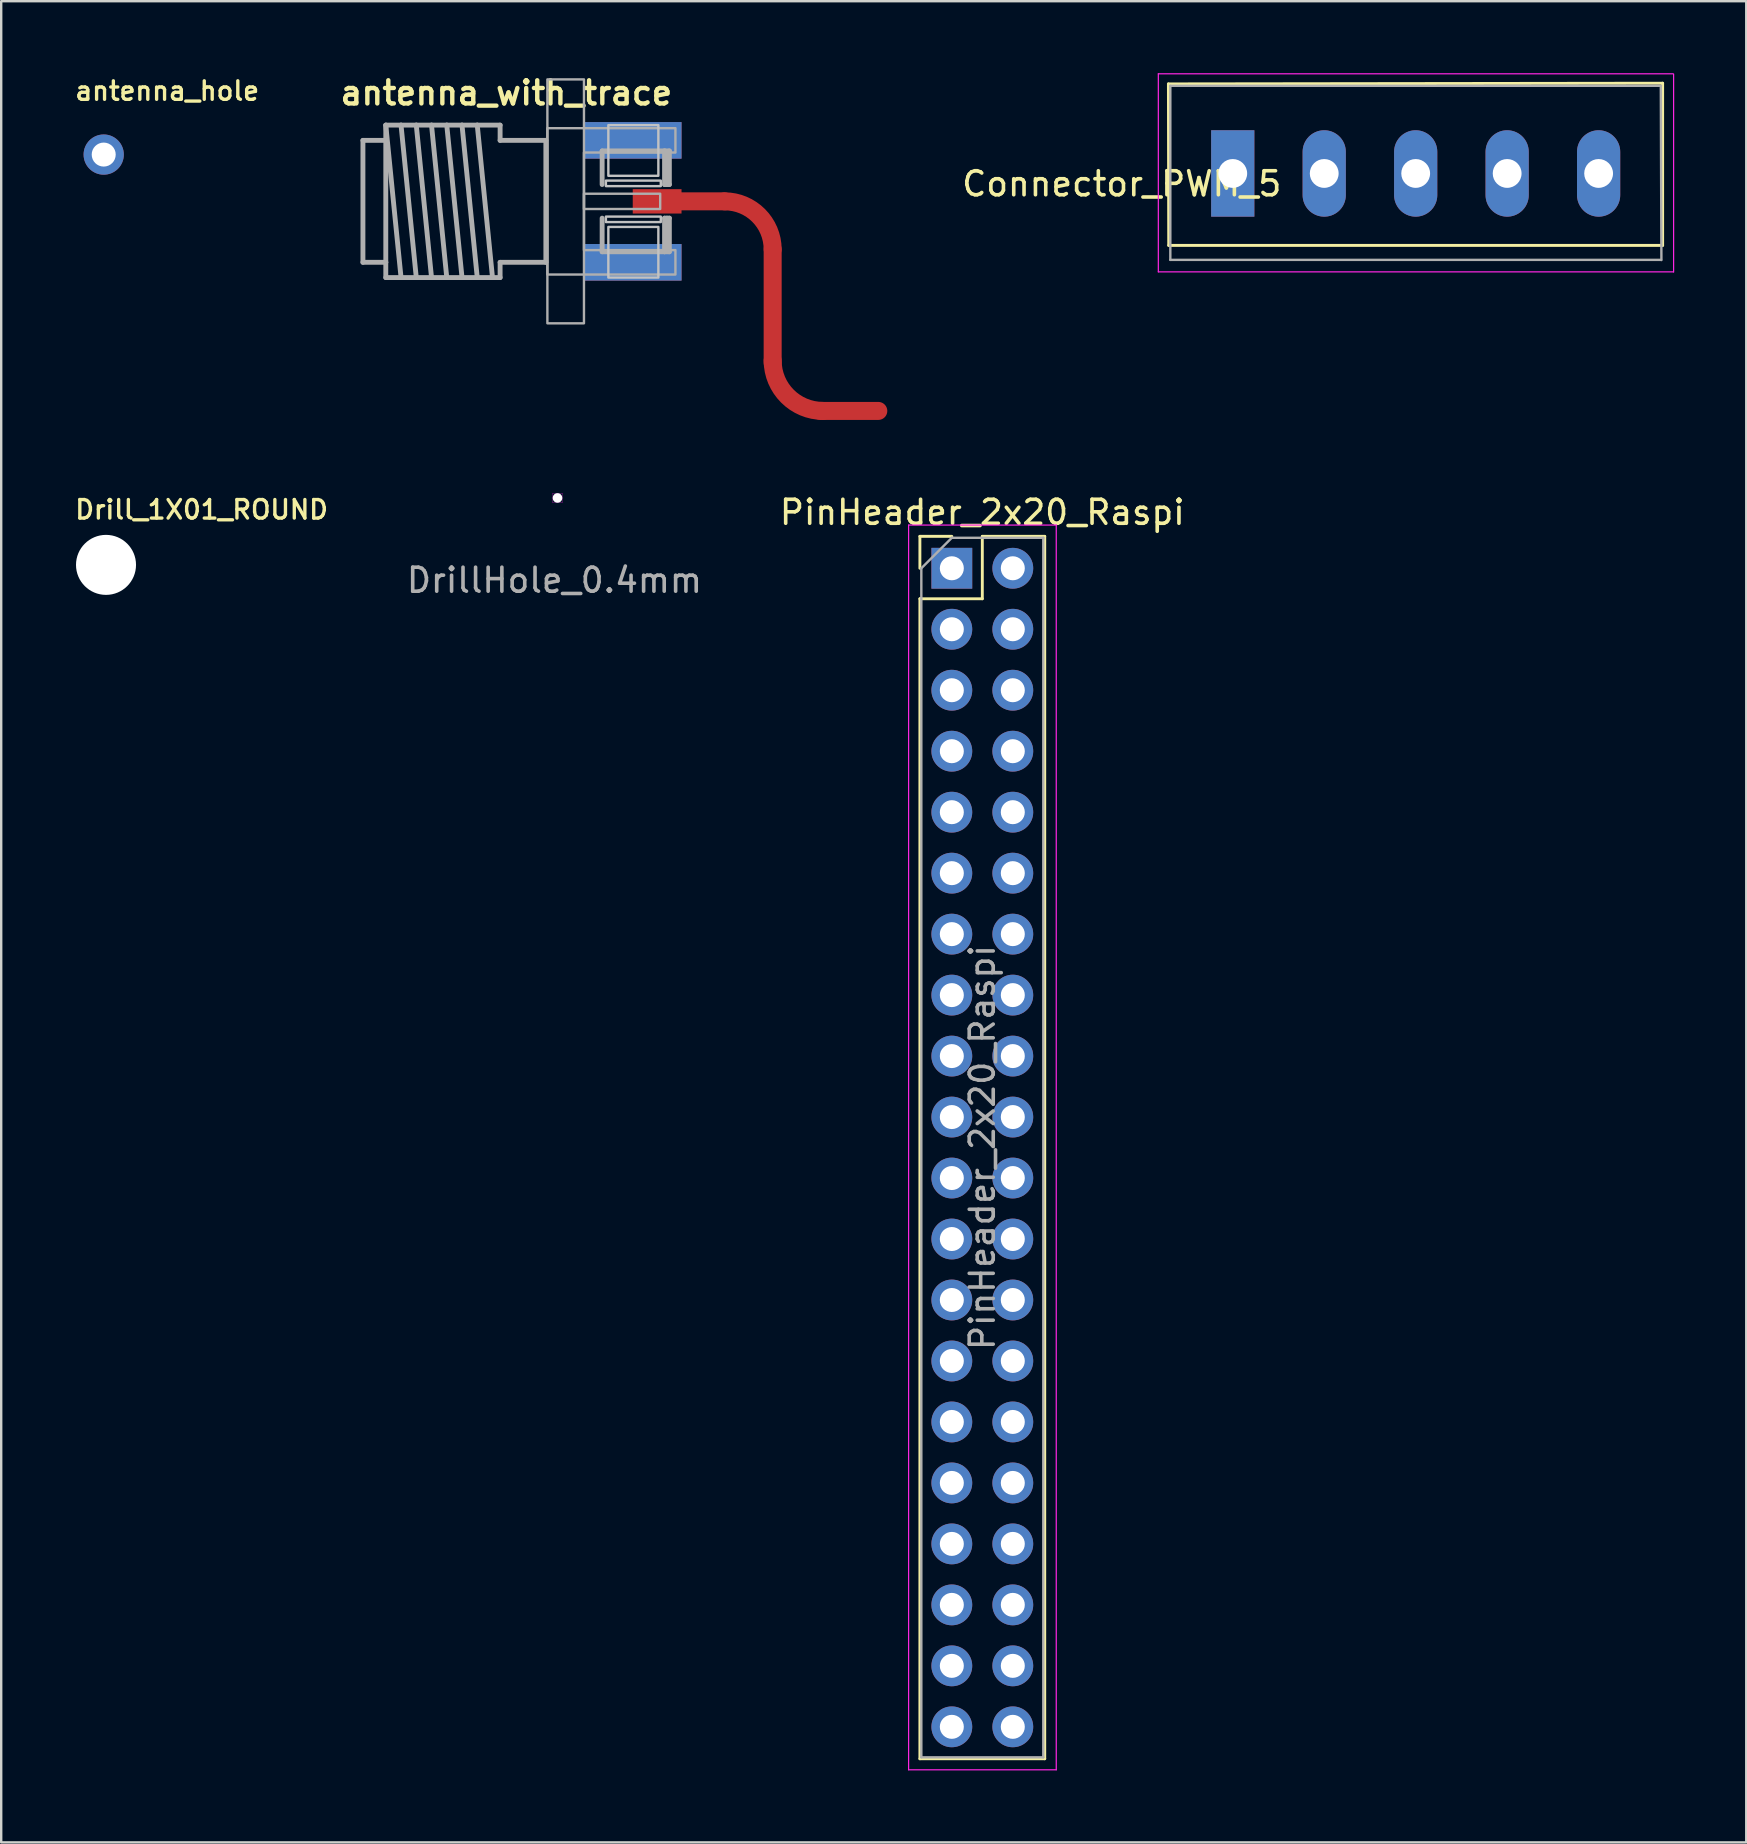
<source format=kicad_pcb>
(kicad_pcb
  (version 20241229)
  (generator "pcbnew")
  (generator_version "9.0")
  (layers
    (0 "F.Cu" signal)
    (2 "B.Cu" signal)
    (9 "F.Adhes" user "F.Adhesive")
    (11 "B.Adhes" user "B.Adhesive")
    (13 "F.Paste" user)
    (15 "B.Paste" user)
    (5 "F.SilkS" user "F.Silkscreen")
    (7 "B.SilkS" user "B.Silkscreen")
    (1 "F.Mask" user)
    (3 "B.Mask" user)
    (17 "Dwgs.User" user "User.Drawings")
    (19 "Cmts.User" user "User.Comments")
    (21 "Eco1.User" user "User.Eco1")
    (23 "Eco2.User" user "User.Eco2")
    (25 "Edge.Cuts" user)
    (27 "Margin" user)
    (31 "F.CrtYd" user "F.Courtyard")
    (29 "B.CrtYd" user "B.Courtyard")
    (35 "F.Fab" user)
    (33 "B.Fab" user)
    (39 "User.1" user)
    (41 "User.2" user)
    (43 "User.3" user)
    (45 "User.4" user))
  (footprint "antenna_with_trace"
    (layer "F.Cu")
    (at 21.275 5.337)
    (property "Reference" "antenna_with_trace" (at 3.78 -5.08 0) (layer "F.SilkS") (effects (font (size 0.965 0.965) (thickness 0.183)) (justify right top)))
    (attr through_hole)
    (fp_line (start 5.86 0) (end 3.95 0) (stroke (width 0.75) (type solid)) (layer "F.Cu"))
    (fp_line (start 7.86 6.73) (end 7.86 2) (stroke (width 0.75) (type solid)) (layer "F.Cu"))
    (fp_line (start 9.86 8.73) (end 12.26 8.73) (stroke (width 0.75) (type solid)) (layer "F.Cu"))
    (fp_arc (start 5.86 0) (mid 7.274214 0.585786) (end 7.86 2) (stroke (width 0.75) (type solid)) (layer "F.Cu"))
    (fp_arc (start 9.96 8.73) (mid 8.475076 8.114924) (end 7.86 6.63) (stroke (width 0.75) (type solid)) (layer "F.Cu"))
    (fp_poly (pts (xy 0.889 -0.938) (xy 3.226 -0.938) (xy 3.226 -1.853) (xy 0.889 -1.853)) (stroke (width 0) (type solid)) (fill yes) (layer "F.Mask"))
    (fp_poly (pts (xy 3.226 0.938) (xy 0.889 0.938) (xy 0.889 1.853) (xy 3.226 1.853)) (stroke (width 0) (type solid)) (fill yes) (layer "F.Mask"))
    (fp_poly (pts (xy 0.991 -0.989) (xy 3.124 -0.989) (xy 3.124 -1.802) (xy 0.991 -1.802)) (stroke (width 0) (type solid)) (fill yes) (layer "F.Paste"))
    (fp_poly (pts (xy 3.124 0.989) (xy 0.991 0.989) (xy 0.991 1.802) (xy 3.124 1.802)) (stroke (width 0) (type solid)) (fill yes) (layer "F.Paste"))
    (fp_poly (pts (xy 3.2 0.483) (xy 3.962 0.483) (xy 3.962 -0.483) (xy 3.2 -0.483)) (stroke (width 0) (type solid)) (fill yes) (layer "F.Paste"))
    (fp_poly (pts (xy 0.914 -0.635) (xy 3.2 -0.635) (xy 3.2 -0.864) (xy 0.914 -0.864)) (stroke (width 0.1) (type solid)) (fill no) (layer "Dwgs.User"))
    (fp_poly (pts (xy 0.914 0.864) (xy 3.2 0.864) (xy 3.2 0.635) (xy 0.914 0.635)) (stroke (width 0.1) (type solid)) (fill no) (layer "Dwgs.User"))
    (fp_poly (pts (xy 1.016 -1.065) (xy 1.016 -3.175) (xy 3.099 -3.175) (xy 3.099 -1.065)) (stroke (width 0.1) (type solid)) (fill no) (layer "Dwgs.User"))
    (fp_poly (pts (xy 3.099 1.065) (xy 3.099 3.175) (xy 1.016 3.175) (xy 1.016 1.065)) (stroke (width 0.1) (type solid)) (fill no) (layer "Dwgs.User"))
    (fp_line (start -9.207 -2.54) (end -8.255 -2.54) (stroke (width 0.203) (type solid)) (layer "F.Fab"))
    (fp_line (start -9.207 2.54) (end -9.207 -2.54) (stroke (width 0.203) (type solid)) (layer "F.Fab"))
    (fp_line (start -8.255 -3.175) (end -7.62 -3.175) (stroke (width 0.203) (type solid)) (layer "F.Fab"))
    (fp_line (start -8.255 -3.175) (end -7.62 3.175) (stroke (width 0.203) (type solid)) (layer "F.Fab"))
    (fp_line (start -8.255 -2.54) (end -8.255 -3.175) (stroke (width 0.203) (type solid)) (layer "F.Fab"))
    (fp_line (start -8.255 -2.54) (end -8.255 2.54) (stroke (width 0.203) (type solid)) (layer "F.Fab"))
    (fp_line (start -8.255 2.54) (end -9.207 2.54) (stroke (width 0.203) (type solid)) (layer "F.Fab"))
    (fp_line (start -8.255 3.175) (end -8.255 2.54) (stroke (width 0.203) (type solid)) (layer "F.Fab"))
    (fp_line (start -7.62 -3.175) (end -6.985 -3.175) (stroke (width 0.203) (type solid)) (layer "F.Fab"))
    (fp_line (start -7.62 -3.175) (end -6.985 3.175) (stroke (width 0.203) (type solid)) (layer "F.Fab"))
    (fp_line (start -7.62 3.175) (end -8.255 3.175) (stroke (width 0.203) (type solid)) (layer "F.Fab"))
    (fp_line (start -6.985 -3.175) (end -6.35 -3.175) (stroke (width 0.203) (type solid)) (layer "F.Fab"))
    (fp_line (start -6.985 -3.175) (end -6.35 3.175) (stroke (width 0.203) (type solid)) (layer "F.Fab"))
    (fp_line (start -6.985 3.175) (end -7.62 3.175) (stroke (width 0.203) (type solid)) (layer "F.Fab"))
    (fp_line (start -6.35 -3.175) (end -5.715 -3.175) (stroke (width 0.203) (type solid)) (layer "F.Fab"))
    (fp_line (start -6.35 -3.175) (end -5.715 3.175) (stroke (width 0.203) (type solid)) (layer "F.Fab"))
    (fp_line (start -6.35 3.175) (end -6.985 3.175) (stroke (width 0.203) (type solid)) (layer "F.Fab"))
    (fp_line (start -5.715 -3.175) (end -5.08 -3.175) (stroke (width 0.203) (type solid)) (layer "F.Fab"))
    (fp_line (start -5.715 -3.175) (end -5.08 3.175) (stroke (width 0.203) (type solid)) (layer "F.Fab"))
    (fp_line (start -5.715 3.175) (end -6.35 3.175) (stroke (width 0.203) (type solid)) (layer "F.Fab"))
    (fp_line (start -5.08 -3.175) (end -4.445 -3.175) (stroke (width 0.203) (type solid)) (layer "F.Fab"))
    (fp_line (start -5.08 -3.175) (end -4.445 3.175) (stroke (width 0.203) (type solid)) (layer "F.Fab"))
    (fp_line (start -5.08 3.175) (end -5.715 3.175) (stroke (width 0.203) (type solid)) (layer "F.Fab"))
    (fp_line (start -4.445 -3.175) (end -3.81 3.175) (stroke (width 0.203) (type solid)) (layer "F.Fab"))
    (fp_line (start -4.445 -3.175) (end -3.493 -3.175) (stroke (width 0.203) (type solid)) (layer "F.Fab"))
    (fp_line (start -4.445 3.175) (end -5.08 3.175) (stroke (width 0.203) (type solid)) (layer "F.Fab"))
    (fp_line (start -3.493 -3.175) (end -3.493 -2.54) (stroke (width 0.203) (type solid)) (layer "F.Fab"))
    (fp_line (start -3.493 -2.54) (end -1.587 -2.54) (stroke (width 0.203) (type solid)) (layer "F.Fab"))
    (fp_line (start -3.493 2.54) (end -3.493 3.175) (stroke (width 0.203) (type solid)) (layer "F.Fab"))
    (fp_line (start -3.493 3.175) (end -4.445 3.175) (stroke (width 0.203) (type solid)) (layer "F.Fab"))
    (fp_line (start -1.587 -2.54) (end -1.587 2.54) (stroke (width 0.203) (type solid)) (layer "F.Fab"))
    (fp_line (start -1.587 2.54) (end -3.493 2.54) (stroke (width 0.203) (type solid)) (layer "F.Fab"))
    (fp_line (start 0.757 -0.7) (end 0.757 -2.1) (stroke (width 0.203) (type solid)) (layer "F.Fab"))
    (fp_line (start 0.757 2.1) (end 0.757 0.7) (stroke (width 0.203) (type solid)) (layer "F.Fab"))
    (fp_line (start 0.757 2.1) (end 3.357 2.1) (stroke (width 0.203) (type solid)) (layer "F.Fab"))
    (fp_line (start 3.357 -2.1) (end 0.757 -2.1) (stroke (width 0.203) (type solid)) (layer "F.Fab"))
    (fp_line (start 3.357 -0.7) (end 3.357 -2.1) (stroke (width 0.203) (type solid)) (layer "F.Fab"))
    (fp_line (start 3.357 2.1) (end 3.357 0.7) (stroke (width 0.203) (type solid)) (layer "F.Fab"))
    (fp_line (start 3.457 -0.7) (end 3.457 -2) (stroke (width 0.203) (type solid)) (layer "F.Fab"))
    (fp_line (start 3.457 2) (end 3.457 0.7) (stroke (width 0.203) (type solid)) (layer "F.Fab"))
    (fp_line (start 3.557 -2.1) (end 3.357 -2.1) (stroke (width 0.203) (type solid)) (layer "F.Fab"))
    (fp_line (start 3.557 -0.7) (end 3.357 -0.7) (stroke (width 0.203) (type solid)) (layer "F.Fab"))
    (fp_line (start 3.557 -0.7) (end 3.557 -2.1) (stroke (width 0.203) (type solid)) (layer "F.Fab"))
    (fp_line (start 3.557 0.7) (end 3.357 0.7) (stroke (width 0.203) (type solid)) (layer "F.Fab"))
    (fp_line (start 3.557 2.1) (end 3.357 2.1) (stroke (width 0.203) (type solid)) (layer "F.Fab"))
    (fp_line (start 3.557 2.1) (end 3.557 0.7) (stroke (width 0.203) (type solid)) (layer "F.Fab"))
    (fp_poly (pts (xy -1.524 -5.08) (xy 0 -5.08) (xy 0 5.08) (xy -1.524 5.08)) (stroke (width 0.1) (type solid)) (fill no) (layer "F.Fab"))
    (fp_poly (pts (xy 0 0.318) (xy 3.175 0.318) (xy 3.175 -0.318) (xy 0 -0.318)) (stroke (width 0.1) (type solid)) (fill no) (layer "F.Fab"))
    (fp_poly (pts (xy -1.524 -3.048) (xy 3.81 -3.048) (xy 3.81 -2.032) (xy 0 -2.032) (xy 0 2.032) (xy 3.81 2.032) (xy 3.81 3.048) (xy -1.524 3.048)) (stroke (width 0.1) (type solid)) (fill no) (layer "F.Fab"))
    (pad "GND@1" smd rect (at 2.032 2.54 90) (size 1.524 4.064) (layers "F.Cu" "F.Mask"))
    (pad "GND@2" smd rect (at 2.032 -2.54 90) (size 1.524 4.064) (layers "F.Cu" "F.Mask"))
    (pad "GND@3" smd rect (at 2.032 -2.54 90) (size 1.524 4.064) (layers "B.Cu" "B.Mask"))
    (pad "GND@4" smd rect (at 2.032 2.54 90) (size 1.524 4.064) (layers "B.Cu" "B.Mask"))
    (pad "P" smd rect (at 3.048 0 90) (size 1.016 2.032) (layers "F.Cu" "F.Mask")))
  (footprint "Connector_PWM_5"
    (layer "F.Cu")
    (at 48.3 4.175)
    (property "Reference" "Connector_PWM_5" (at -4.623 0.432 0) (layer "F.SilkS") (effects (font (size 1 1) (thickness 0.15))))
    (attr through_hole)
    (fp_line (start -2.68 -3.73) (end -2.667 2.997) (stroke (width 0.12) (type solid)) (layer "F.SilkS"))
    (fp_line (start -2.667 2.997) (end 17.907 2.997) (stroke (width 0.12) (type solid)) (layer "F.SilkS"))
    (fp_line (start 17.907 -3.759) (end -2.68 -3.73) (stroke (width 0.12) (type solid)) (layer "F.SilkS"))
    (fp_line (start 17.907 2.997) (end 17.907 -3.759) (stroke (width 0.12) (type solid)) (layer "F.SilkS"))
    (fp_line (start -3.1 -4.15) (end -3.1 4.1) (stroke (width 0.05) (type solid)) (layer "F.CrtYd"))
    (fp_line (start -3.1 4.1) (end 18.34 4.1) (stroke (width 0.05) (type solid)) (layer "F.CrtYd"))
    (fp_line (start 18.34 -4.15) (end -3.1 -4.15) (stroke (width 0.05) (type solid)) (layer "F.CrtYd"))
    (fp_line (start 18.364 4.11) (end 18.364 -4.14) (stroke (width 0.05) (type solid)) (layer "F.CrtYd"))
    (fp_line (start -2.6 -3.65) (end -2.6 3.6) (stroke (width 0.1) (type solid)) (layer "F.Fab"))
    (fp_line (start -2.6 3.6) (end 17.84 3.6) (stroke (width 0.1) (type solid)) (layer "F.Fab"))
    (fp_line (start 17.84 -3.65) (end -2.6 -3.65) (stroke (width 0.1) (type solid)) (layer "F.Fab"))
    (fp_line (start 17.856 3.607) (end 17.831 -3.581) (stroke (width 0.1) (type solid)) (layer "F.Fab"))
    (pad "1" thru_hole rect (at 0 0) (size 1.8 3.6) (drill 1.2) (layers "*.Cu" "*.Mask"))
    (pad "2" thru_hole oval (at 3.81 0) (size 1.8 3.6) (drill 1.2) (layers "*.Cu" "*.Mask"))
    (pad "3" thru_hole oval (at 7.62 0) (size 1.8 3.6) (drill 1.2) (layers "*.Cu" "*.Mask"))
    (pad "4" thru_hole oval (at 11.43 0) (size 1.8 3.6) (drill 1.2) (layers "*.Cu" "*.Mask"))
    (pad "5" thru_hole oval (at 15.24 0) (size 1.8 3.6) (drill 1.2) (layers "*.Cu" "*.Mask")))
  (footprint "DrillHole_0.4mm"
    (layer "F.Cu")
    (at 20.173 17.692)
    (property "Reference" "DrillHole_0.4mm" (at -0.127 3.429 0) (layer "F.Fab") (effects (font (size 1 1) (thickness 0.15))))
    (attr through_hole)
    (fp_line (start -0.2 0.2) (end -0.2 -0.2) (stroke (width 0.01) (type solid)) (layer "F.CrtYd"))
    (fp_line (start -0.2 0.2) (end 0.2 0.2) (stroke (width 0.01) (type solid)) (layer "F.CrtYd"))
    (fp_line (start 0.2 -0.2) (end -0.2 -0.2) (stroke (width 0.01) (type solid)) (layer "F.CrtYd"))
    (fp_line (start 0.2 -0.2) (end 0.2 0.2) (stroke (width 0.01) (type solid)) (layer "F.CrtYd"))
    (pad "" np_thru_hole circle (at 0 0) (size 0.4 0.4) (drill 0.4) (layers "*.Cu")))
  (footprint "PinHeader_2x20_Raspi"
    (layer "F.Cu")
    (at 36.598 20.621)
    (property "Reference" "PinHeader_2x20_Raspi" (at 1.27 -2.33 0) (layer "F.SilkS") (effects (font (size 1 1) (thickness 0.15))))
    (attr through_hole)
    (fp_line (start -1.33 -1.33) (end 0 -1.33) (stroke (width 0.12) (type solid)) (layer "F.SilkS"))
    (fp_line (start -1.33 0) (end -1.33 -1.33) (stroke (width 0.12) (type solid)) (layer "F.SilkS"))
    (fp_line (start -1.33 1.27) (end -1.33 49.59) (stroke (width 0.12) (type solid)) (layer "F.SilkS"))
    (fp_line (start -1.33 1.27) (end 1.27 1.27) (stroke (width 0.12) (type solid)) (layer "F.SilkS"))
    (fp_line (start -1.33 49.59) (end 3.87 49.59) (stroke (width 0.12) (type solid)) (layer "F.SilkS"))
    (fp_line (start 1.27 -1.33) (end 3.87 -1.33) (stroke (width 0.12) (type solid)) (layer "F.SilkS"))
    (fp_line (start 1.27 1.27) (end 1.27 -1.33) (stroke (width 0.12) (type solid)) (layer "F.SilkS"))
    (fp_line (start 3.87 -1.33) (end 3.87 49.59) (stroke (width 0.12) (type solid)) (layer "F.SilkS"))
    (fp_line (start -1.8 -1.8) (end -1.8 50.05) (stroke (width 0.05) (type solid)) (layer "F.CrtYd"))
    (fp_line (start -1.8 50.05) (end 4.35 50.05) (stroke (width 0.05) (type solid)) (layer "F.CrtYd"))
    (fp_line (start 4.35 -1.8) (end -1.8 -1.8) (stroke (width 0.05) (type solid)) (layer "F.CrtYd"))
    (fp_line (start 4.35 50.05) (end 4.35 -1.8) (stroke (width 0.05) (type solid)) (layer "F.CrtYd"))
    (fp_line (start -1.27 0) (end 0 -1.27) (stroke (width 0.1) (type solid)) (layer "F.Fab"))
    (fp_line (start -1.27 49.53) (end -1.27 0) (stroke (width 0.1) (type solid)) (layer "F.Fab"))
    (fp_line (start 0 -1.27) (end 3.81 -1.27) (stroke (width 0.1) (type solid)) (layer "F.Fab"))
    (fp_line (start 3.81 -1.27) (end 3.81 49.53) (stroke (width 0.1) (type solid)) (layer "F.Fab"))
    (fp_line (start 3.81 49.53) (end -1.27 49.53) (stroke (width 0.1) (type solid)) (layer "F.Fab"))
    (fp_text user "${REFERENCE}" (at 1.27 24.13 90) (layer "F.Fab") (effects (font (size 1 1) (thickness 0.15))))
    (pad "1" thru_hole rect (at 0 0) (size 1.7 1.7) (drill 1) (layers "*.Cu" "*.Mask"))
    (pad "2" thru_hole oval (at 2.54 0) (size 1.7 1.7) (drill 1) (layers "*.Cu" "*.Mask"))
    (pad "3" thru_hole oval (at 0 2.54) (size 1.7 1.7) (drill 1) (layers "*.Cu" "*.Mask"))
    (pad "4" thru_hole oval (at 2.54 2.54) (size 1.7 1.7) (drill 1) (layers "*.Cu" "*.Mask"))
    (pad "5" thru_hole oval (at 0 5.08) (size 1.7 1.7) (drill 1) (layers "*.Cu" "*.Mask"))
    (pad "6" thru_hole oval (at 2.54 5.08) (size 1.7 1.7) (drill 1) (layers "*.Cu" "*.Mask"))
    (pad "7" thru_hole oval (at 0 7.62) (size 1.7 1.7) (drill 1) (layers "*.Cu" "*.Mask"))
    (pad "8" thru_hole oval (at 2.54 7.62) (size 1.7 1.7) (drill 1) (layers "*.Cu" "*.Mask"))
    (pad "9" thru_hole oval (at 0 10.16) (size 1.7 1.7) (drill 1) (layers "*.Cu" "*.Mask"))
    (pad "10" thru_hole oval (at 2.54 10.16) (size 1.7 1.7) (drill 1) (layers "*.Cu" "*.Mask"))
    (pad "11" thru_hole oval (at 0 12.7) (size 1.7 1.7) (drill 1) (layers "*.Cu" "*.Mask"))
    (pad "12" thru_hole oval (at 2.54 12.7) (size 1.7 1.7) (drill 1) (layers "*.Cu" "*.Mask"))
    (pad "13" thru_hole oval (at 0 15.24) (size 1.7 1.7) (drill 1) (layers "*.Cu" "*.Mask"))
    (pad "14" thru_hole oval (at 2.54 15.24) (size 1.7 1.7) (drill 1) (layers "*.Cu" "*.Mask"))
    (pad "15" thru_hole oval (at 0 17.78) (size 1.7 1.7) (drill 1) (layers "*.Cu" "*.Mask"))
    (pad "16" thru_hole oval (at 2.54 17.78) (size 1.7 1.7) (drill 1) (layers "*.Cu" "*.Mask"))
    (pad "17" thru_hole oval (at 0 20.32) (size 1.7 1.7) (drill 1) (layers "*.Cu" "*.Mask"))
    (pad "18" thru_hole oval (at 2.54 20.32) (size 1.7 1.7) (drill 1) (layers "*.Cu" "*.Mask"))
    (pad "19" thru_hole oval (at 0 22.86) (size 1.7 1.7) (drill 1) (layers "*.Cu" "*.Mask"))
    (pad "20" thru_hole oval (at 2.54 22.86) (size 1.7 1.7) (drill 1) (layers "*.Cu" "*.Mask"))
    (pad "21" thru_hole oval (at 0 25.4) (size 1.7 1.7) (drill 1) (layers "*.Cu" "*.Mask"))
    (pad "22" thru_hole oval (at 2.54 25.4) (size 1.7 1.7) (drill 1) (layers "*.Cu" "*.Mask"))
    (pad "23" thru_hole oval (at 0 27.94) (size 1.7 1.7) (drill 1) (layers "*.Cu" "*.Mask"))
    (pad "24" thru_hole oval (at 2.54 27.94) (size 1.7 1.7) (drill 1) (layers "*.Cu" "*.Mask"))
    (pad "25" thru_hole oval (at 0 30.48) (size 1.7 1.7) (drill 1) (layers "*.Cu" "*.Mask"))
    (pad "26" thru_hole oval (at 2.54 30.48) (size 1.7 1.7) (drill 1) (layers "*.Cu" "*.Mask"))
    (pad "27" thru_hole oval (at 0 33.02) (size 1.7 1.7) (drill 1) (layers "*.Cu" "*.Mask"))
    (pad "28" thru_hole oval (at 2.54 33.02) (size 1.7 1.7) (drill 1) (layers "*.Cu" "*.Mask"))
    (pad "29" thru_hole oval (at 0 35.56) (size 1.7 1.7) (drill 1) (layers "*.Cu" "*.Mask"))
    (pad "30" thru_hole oval (at 2.54 35.56) (size 1.7 1.7) (drill 1) (layers "*.Cu" "*.Mask"))
    (pad "31" thru_hole oval (at 0 38.1) (size 1.7 1.7) (drill 1) (layers "*.Cu" "*.Mask"))
    (pad "32" thru_hole oval (at 2.54 38.1) (size 1.7 1.7) (drill 1) (layers "*.Cu" "*.Mask"))
    (pad "33" thru_hole oval (at 0 40.64) (size 1.7 1.7) (drill 1) (layers "*.Cu" "*.Mask"))
    (pad "34" thru_hole oval (at 2.54 40.64) (size 1.7 1.7) (drill 1) (layers "*.Cu" "*.Mask"))
    (pad "35" thru_hole oval (at 0 43.18) (size 1.7 1.7) (drill 1) (layers "*.Cu" "*.Mask"))
    (pad "36" thru_hole oval (at 2.54 43.18) (size 1.7 1.7) (drill 1) (layers "*.Cu" "*.Mask"))
    (pad "37" thru_hole oval (at 0 45.72) (size 1.7 1.7) (drill 1) (layers "*.Cu" "*.Mask"))
    (pad "38" thru_hole oval (at 2.54 45.72) (size 1.7 1.7) (drill 1) (layers "*.Cu" "*.Mask"))
    (pad "39" thru_hole oval (at 0 48.26) (size 1.7 1.7) (drill 1) (layers "*.Cu" "*.Mask"))
    (pad "40" thru_hole oval (at 2.54 48.26) (size 1.7 1.7) (drill 1) (layers "*.Cu" "*.Mask")))
  (footprint "antenna_hole"
    (layer "F.Cu")
    (at 1.27 3.389)
    (property "Reference" "antenna_hole" (at -1.27 -2.2 0) (layer "F.SilkS") (effects (font (size 0.772 0.772) (thickness 0.139)) (justify left bottom)))
    (attr through_hole)
    (fp_poly (pts (xy -0.254 0.254) (xy 0.254 0.254) (xy 0.254 -0.254) (xy -0.254 -0.254)) (stroke (width 0.1) (type solid)) (fill no) (layer "F.Fab"))
    (pad "1" thru_hole circle (at 0 0 90) (size 1.676 1.676) (drill 1) (layers "*.Cu" "*.Mask")))
  (footprint "Drill_1X01_ROUND"
    (layer "F.Cu")
    (at 1.346 20.46)
    (property "Reference" "Drill_1X01_ROUND" (at -1.346 -1.829 0) (layer "F.SilkS") (effects (font (size 0.772 0.772) (thickness 0.139)) (justify left bottom)))
    (attr through_hole)
    (fp_poly (pts (xy -0.254 0.254) (xy 0.254 0.254) (xy 0.254 -0.254) (xy -0.254 -0.254)) (stroke (width 0.1) (type solid)) (fill no) (layer "F.Fab"))
    (pad "" np_thru_hole circle (at 0.02 0.02 90) (size 2.5 2.5) (drill 2.5) (layers "*.Cu" "*.Mask")))
  (gr_rect
    (start -3 -3)
    (end 69.69 73.696)
    (stroke (width 0.1) (type default))
    (fill no)
    (layer "Edge.Cuts")))
</source>
